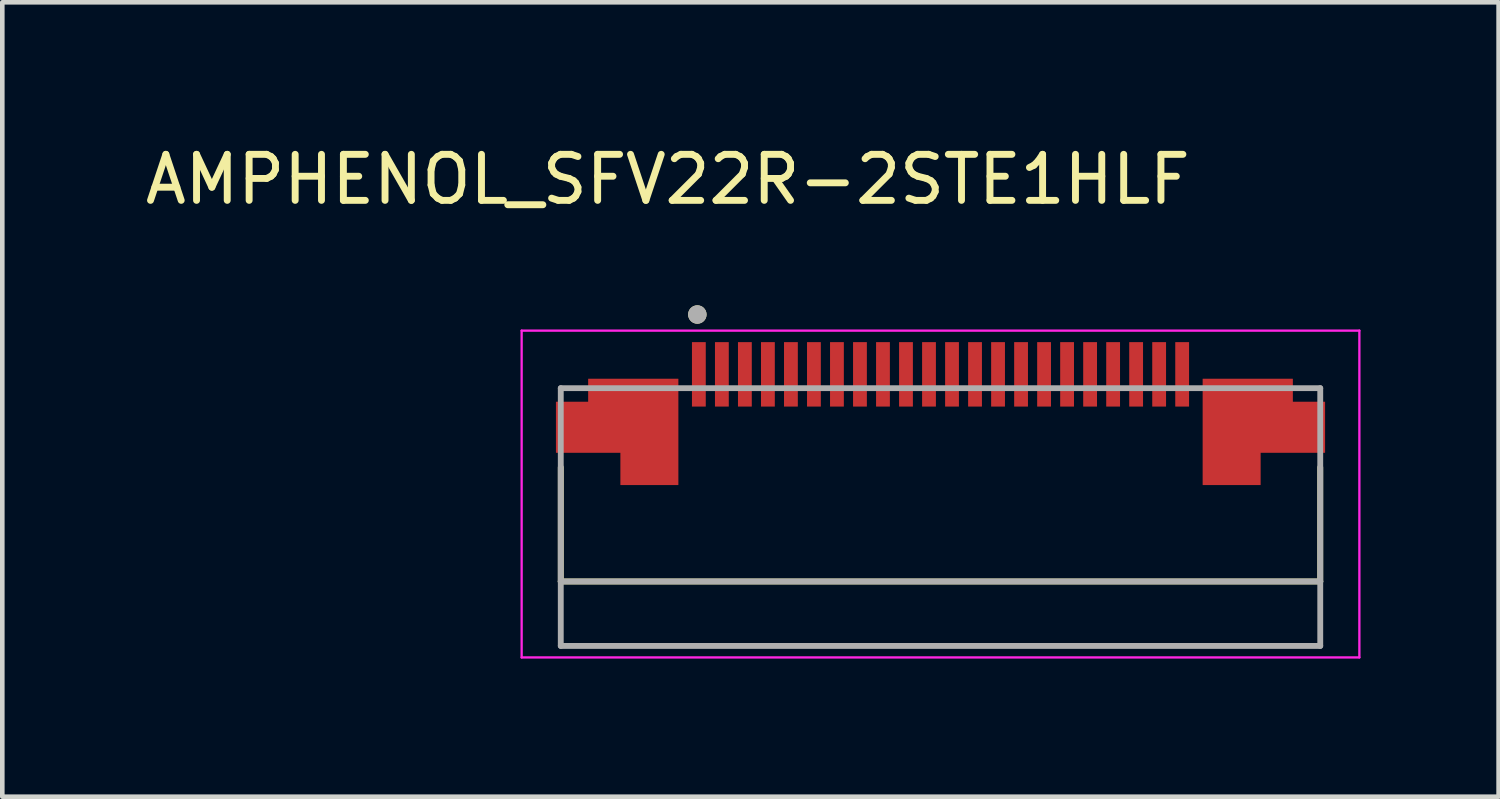
<source format=kicad_pcb>
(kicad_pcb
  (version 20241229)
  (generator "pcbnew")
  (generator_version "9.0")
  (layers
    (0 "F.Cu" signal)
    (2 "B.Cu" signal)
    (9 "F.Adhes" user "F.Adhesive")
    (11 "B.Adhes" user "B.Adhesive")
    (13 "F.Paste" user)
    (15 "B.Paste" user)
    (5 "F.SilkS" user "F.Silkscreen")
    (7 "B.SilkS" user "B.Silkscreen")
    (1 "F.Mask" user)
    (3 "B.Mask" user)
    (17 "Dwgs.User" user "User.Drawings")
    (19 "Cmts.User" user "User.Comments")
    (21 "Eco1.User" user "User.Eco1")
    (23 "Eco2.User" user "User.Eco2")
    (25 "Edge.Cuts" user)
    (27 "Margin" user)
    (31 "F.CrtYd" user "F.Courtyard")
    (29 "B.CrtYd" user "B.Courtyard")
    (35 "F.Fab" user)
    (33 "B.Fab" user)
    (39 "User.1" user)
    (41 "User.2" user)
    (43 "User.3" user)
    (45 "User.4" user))
  (footprint "AMPHENOL_SFV22R-2STE1HLF"
    (layer "F.Cu")
    (at 17.383 7.483)
    (property "Reference" "AMPHENOL_SFV22R-2STE1HLF" (at -5.925 -6.635 0) (layer "F.SilkS") (effects (font (size 1 1) (thickness 0.15))))
    (attr smd)
    (fp_line (start -8.25 -0.38) (end -8.25 2.1) (stroke (width 0.127) (type solid)) (layer "F.SilkS"))
    (fp_line (start -8.25 2.1) (end 8.25 2.1) (stroke (width 0.127) (type solid)) (layer "F.SilkS"))
    (fp_line (start 8.25 2.1) (end 8.25 -0.38) (stroke (width 0.127) (type solid)) (layer "F.SilkS"))
    (fp_circle (center -5.283 -3.7) (end -5.183 -3.7) (stroke (width 0.2) (type solid)) (fill no) (layer "F.SilkS"))
    (fp_line (start -9.1 -3.35) (end -9.1 3.75) (stroke (width 0.05) (type solid)) (layer "F.CrtYd"))
    (fp_line (start -9.1 3.75) (end 9.1 3.75) (stroke (width 0.05) (type solid)) (layer "F.CrtYd"))
    (fp_line (start 9.1 -3.35) (end -9.1 -3.35) (stroke (width 0.05) (type solid)) (layer "F.CrtYd"))
    (fp_line (start 9.1 3.75) (end 9.1 -3.35) (stroke (width 0.05) (type solid)) (layer "F.CrtYd"))
    (fp_line (start -8.25 -2.1) (end -8.25 2.1) (stroke (width 0.127) (type solid)) (layer "F.Fab"))
    (fp_line (start -8.25 2.1) (end -8.25 3.5) (stroke (width 0.127) (type solid)) (layer "F.Fab"))
    (fp_line (start -8.25 2.1) (end 8.25 2.1) (stroke (width 0.127) (type solid)) (layer "F.Fab"))
    (fp_line (start -8.25 3.5) (end 8.25 3.5) (stroke (width 0.127) (type solid)) (layer "F.Fab"))
    (fp_line (start 8.25 -2.1) (end -8.25 -2.1) (stroke (width 0.127) (type solid)) (layer "F.Fab"))
    (fp_line (start 8.25 2.1) (end 8.25 -2.1) (stroke (width 0.127) (type solid)) (layer "F.Fab"))
    (fp_line (start 8.25 3.5) (end 8.25 2.1) (stroke (width 0.127) (type solid)) (layer "F.Fab"))
    (fp_circle (center -5.283 -3.7) (end -5.183 -3.7) (stroke (width 0.2) (type solid)) (fill no) (layer "F.Fab"))
    (pad "1" smd rect (at -5.25 -2.4) (size 0.3 1.4) (layers "F.Cu" "F.Mask" "F.Paste"))
    (pad "2" smd rect (at -4.75 -2.4) (size 0.3 1.4) (layers "F.Cu" "F.Mask" "F.Paste"))
    (pad "3" smd rect (at -4.25 -2.4) (size 0.3 1.4) (layers "F.Cu" "F.Mask" "F.Paste"))
    (pad "4" smd rect (at -3.75 -2.4) (size 0.3 1.4) (layers "F.Cu" "F.Mask" "F.Paste"))
    (pad "5" smd rect (at -3.25 -2.4) (size 0.3 1.4) (layers "F.Cu" "F.Mask" "F.Paste"))
    (pad "6" smd rect (at -2.75 -2.4) (size 0.3 1.4) (layers "F.Cu" "F.Mask" "F.Paste"))
    (pad "7" smd rect (at -2.25 -2.4) (size 0.3 1.4) (layers "F.Cu" "F.Mask" "F.Paste"))
    (pad "8" smd rect (at -1.75 -2.4) (size 0.3 1.4) (layers "F.Cu" "F.Mask" "F.Paste"))
    (pad "9" smd rect (at -1.25 -2.4) (size 0.3 1.4) (layers "F.Cu" "F.Mask" "F.Paste"))
    (pad "10" smd rect (at -0.75 -2.4) (size 0.3 1.4) (layers "F.Cu" "F.Mask" "F.Paste"))
    (pad "11" smd rect (at -0.25 -2.4) (size 0.3 1.4) (layers "F.Cu" "F.Mask" "F.Paste"))
    (pad "12" smd rect (at 0.25 -2.4) (size 0.3 1.4) (layers "F.Cu" "F.Mask" "F.Paste"))
    (pad "13" smd rect (at 0.75 -2.4) (size 0.3 1.4) (layers "F.Cu" "F.Mask" "F.Paste"))
    (pad "14" smd rect (at 1.25 -2.4) (size 0.3 1.4) (layers "F.Cu" "F.Mask" "F.Paste"))
    (pad "15" smd rect (at 1.75 -2.4) (size 0.3 1.4) (layers "F.Cu" "F.Mask" "F.Paste"))
    (pad "16" smd rect (at 2.25 -2.4) (size 0.3 1.4) (layers "F.Cu" "F.Mask" "F.Paste"))
    (pad "17" smd rect (at 2.75 -2.4) (size 0.3 1.4) (layers "F.Cu" "F.Mask" "F.Paste"))
    (pad "18" smd rect (at 3.25 -2.4) (size 0.3 1.4) (layers "F.Cu" "F.Mask" "F.Paste"))
    (pad "19" smd rect (at 3.75 -2.4) (size 0.3 1.4) (layers "F.Cu" "F.Mask" "F.Paste"))
    (pad "20" smd rect (at 4.25 -2.4) (size 0.3 1.4) (layers "F.Cu" "F.Mask" "F.Paste"))
    (pad "21" smd rect (at 4.75 -2.4) (size 0.3 1.4) (layers "F.Cu" "F.Mask" "F.Paste"))
    (pad "22" smd rect (at 5.25 -2.4) (size 0.3 1.4) (layers "F.Cu" "F.Mask" "F.Paste"))
    (pad "MP" smd custom (at -7.025 -1.4) (size 1 1) (layers "F.Cu" "F.Mask" "F.Paste") (options (anchor rect)) (primitives (gr_poly (pts (xy -1.325 -0.4) (xy -1.325 0.7) (xy 0.075 0.7) (xy 0.075 1.4) (xy 1.325 1.4) (xy 1.325 -0.9) (xy -0.625 -0.9) (xy -0.625 -0.4)) (width 0.01) (fill yes))))
    (pad "MP" smd custom (at 7.025 -1.4) (size 1 1) (layers "F.Cu" "F.Mask" "F.Paste") (options (anchor rect)) (primitives (gr_poly (pts (xy 1.325 -0.4) (xy 1.325 0.7) (xy -0.075 0.7) (xy -0.075 1.4) (xy -1.325 1.4) (xy -1.325 -0.9) (xy 0.625 -0.9) (xy 0.625 -0.4)) (width 0.01) (fill yes)))))
  (gr_rect
    (start -3 -3)
    (end 29.508 14.258)
    (stroke (width 0.1) (type default))
    (fill no)
    (layer "Edge.Cuts")))
</source>
